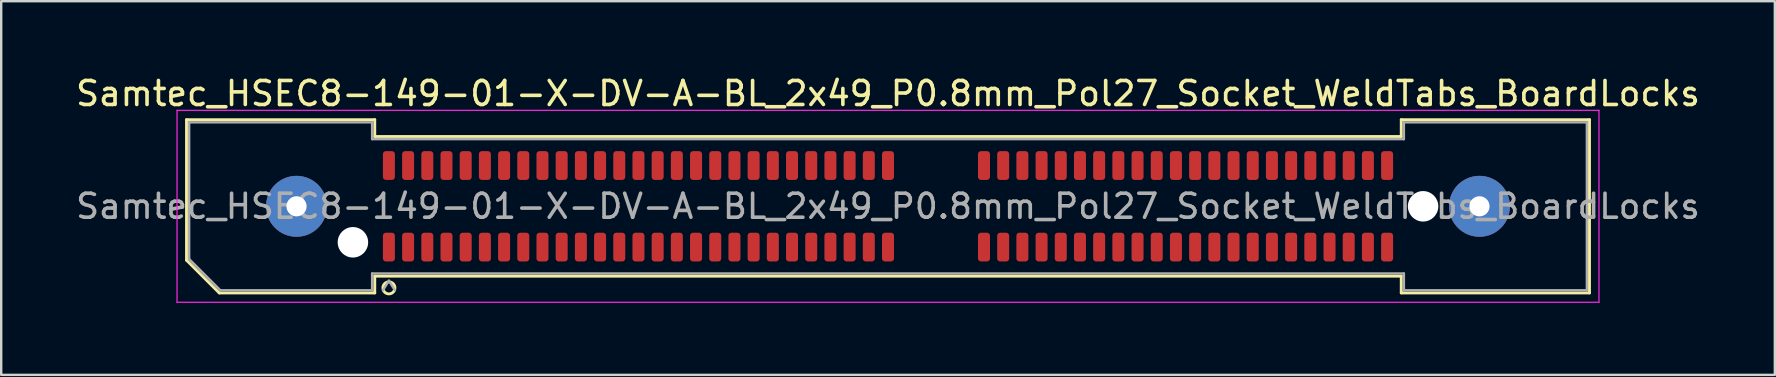
<source format=kicad_pcb>
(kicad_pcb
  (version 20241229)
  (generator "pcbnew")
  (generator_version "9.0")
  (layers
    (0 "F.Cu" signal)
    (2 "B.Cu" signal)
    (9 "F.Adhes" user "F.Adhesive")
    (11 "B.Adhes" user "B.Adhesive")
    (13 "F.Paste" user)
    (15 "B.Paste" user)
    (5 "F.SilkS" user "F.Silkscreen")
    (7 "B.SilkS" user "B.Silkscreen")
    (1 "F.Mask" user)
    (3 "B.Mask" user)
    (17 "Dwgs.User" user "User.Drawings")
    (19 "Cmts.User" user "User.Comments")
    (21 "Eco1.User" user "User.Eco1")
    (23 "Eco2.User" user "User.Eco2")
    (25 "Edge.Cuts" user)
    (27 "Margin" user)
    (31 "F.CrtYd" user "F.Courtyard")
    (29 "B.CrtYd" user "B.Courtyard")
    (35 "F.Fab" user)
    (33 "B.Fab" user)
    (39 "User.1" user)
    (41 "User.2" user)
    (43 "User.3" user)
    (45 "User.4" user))
  (footprint "Samtec_HSEC8-149-01-X-DV-A-BL_2x49_P0.8mm_Pol27_Socket_WeldTabs_BoardLocks"
    (layer "F.Cu")
    (at 33.958 5.548)
    (property "Reference" "Samtec_HSEC8-149-01-X-DV-A-BL_2x49_P0.8mm_Pol27_Socket_WeldTabs_BoardLocks" (at 0 -4.7 0) (layer "F.SilkS") (effects (font (size 1 1) (thickness 0.15))))
    (attr smd)
    (fp_line (start -29.235 -3.61) (end -21.39 -3.61) (stroke (width 0.12) (type solid)) (layer "F.SilkS"))
    (fp_line (start -29.235 2.246) (end -29.235 -3.61) (stroke (width 0.12) (type solid)) (layer "F.SilkS"))
    (fp_line (start -27.871 3.61) (end -29.235 2.246) (stroke (width 0.12) (type solid)) (layer "F.SilkS"))
    (fp_line (start -21.39 -3.61) (end -21.39 -2.91) (stroke (width 0.12) (type solid)) (layer "F.SilkS"))
    (fp_line (start -21.39 -2.91) (end 21.39 -2.91) (stroke (width 0.12) (type solid)) (layer "F.SilkS"))
    (fp_line (start -21.39 2.91) (end -21.39 3.61) (stroke (width 0.12) (type solid)) (layer "F.SilkS"))
    (fp_line (start -21.39 3.61) (end -27.871 3.61) (stroke (width 0.12) (type solid)) (layer "F.SilkS"))
    (fp_line (start 21.39 -3.61) (end 29.235 -3.61) (stroke (width 0.12) (type solid)) (layer "F.SilkS"))
    (fp_line (start 21.39 -2.91) (end 21.39 -3.61) (stroke (width 0.12) (type solid)) (layer "F.SilkS"))
    (fp_line (start 21.39 2.91) (end -21.39 2.91) (stroke (width 0.12) (type solid)) (layer "F.SilkS"))
    (fp_line (start 21.39 3.61) (end 21.39 2.91) (stroke (width 0.12) (type solid)) (layer "F.SilkS"))
    (fp_line (start 29.235 -3.61) (end 29.235 3.61) (stroke (width 0.12) (type solid)) (layer "F.SilkS"))
    (fp_line (start 29.235 3.61) (end 21.39 3.61) (stroke (width 0.12) (type solid)) (layer "F.SilkS"))
    (fp_circle (center -20.8 3.4) (end -20.55 3.4) (stroke (width 0.12) (type solid)) (fill no) (layer "F.SilkS"))
    (fp_line (start -29.63 -4) (end -29.63 4) (stroke (width 0.05) (type solid)) (layer "F.CrtYd"))
    (fp_line (start -29.63 4) (end 29.63 4) (stroke (width 0.05) (type solid)) (layer "F.CrtYd"))
    (fp_line (start 29.63 -4) (end -29.63 -4) (stroke (width 0.05) (type solid)) (layer "F.CrtYd"))
    (fp_line (start 29.63 4) (end 29.63 -4) (stroke (width 0.05) (type solid)) (layer "F.CrtYd"))
    (fp_line (start -29.125 -3.5) (end -21.5 -3.5) (stroke (width 0.1) (type solid)) (layer "F.Fab"))
    (fp_line (start -29.125 2.2) (end -29.125 -3.5) (stroke (width 0.1) (type solid)) (layer "F.Fab"))
    (fp_line (start -27.825 3.5) (end -29.125 2.2) (stroke (width 0.1) (type solid)) (layer "F.Fab"))
    (fp_line (start -21.5 -3.5) (end -21.5 -2.8) (stroke (width 0.1) (type solid)) (layer "F.Fab"))
    (fp_line (start -21.5 -2.8) (end 21.5 -2.8) (stroke (width 0.1) (type solid)) (layer "F.Fab"))
    (fp_line (start -21.5 2.8) (end -21.5 3.5) (stroke (width 0.1) (type solid)) (layer "F.Fab"))
    (fp_line (start -21.5 3.5) (end -27.825 3.5) (stroke (width 0.1) (type solid)) (layer "F.Fab"))
    (fp_line (start -20.8 3.1) (end -21.05 3.5) (stroke (width 0.1) (type solid)) (layer "F.Fab"))
    (fp_line (start -20.8 3.1) (end -20.55 3.5) (stroke (width 0.1) (type solid)) (layer "F.Fab"))
    (fp_line (start 21.5 -3.5) (end 29.125 -3.5) (stroke (width 0.1) (type solid)) (layer "F.Fab"))
    (fp_line (start 21.5 -2.8) (end 21.5 -3.5) (stroke (width 0.1) (type solid)) (layer "F.Fab"))
    (fp_line (start 21.5 2.8) (end -21.5 2.8) (stroke (width 0.1) (type solid)) (layer "F.Fab"))
    (fp_line (start 21.5 3.5) (end 21.5 2.8) (stroke (width 0.1) (type solid)) (layer "F.Fab"))
    (fp_line (start 29.125 -3.5) (end 29.125 3.5) (stroke (width 0.1) (type solid)) (layer "F.Fab"))
    (fp_line (start 29.125 3.5) (end 21.5 3.5) (stroke (width 0.1) (type solid)) (layer "F.Fab"))
    (fp_text user "${REFERENCE}" (at 0 0 0) (layer "F.Fab") (effects (font (size 1 1) (thickness 0.15))))
    (pad "" thru_hole circle (at -24.65 0) (size 2.54 2.54) (drill 0.84) (layers "*.Cu" "*.Mask" "F.Paste"))
    (pad "" np_thru_hole circle (at -22.3 1.5) (size 1.27 1.27) (drill 1.27) (layers "*.Cu" "*.Mask"))
    (pad "" np_thru_hole circle (at 22.3 0) (size 1.27 1.27) (drill 1.27) (layers "*.Cu" "*.Mask"))
    (pad "" thru_hole circle (at 24.65 0) (size 2.54 2.54) (drill 0.84) (layers "*.Cu" "*.Mask" "F.Paste"))
    (pad "1" smd roundrect (at -20.8 1.7) (size 0.5 1.2) (layers "F.Cu" "F.Mask" "F.Paste") (roundrect_rratio 0.25))
    (pad "2" smd roundrect (at -20.8 -1.7) (size 0.5 1.2) (layers "F.Cu" "F.Mask" "F.Paste") (roundrect_rratio 0.25))
    (pad "3" smd roundrect (at -20 1.7) (size 0.5 1.2) (layers "F.Cu" "F.Mask" "F.Paste") (roundrect_rratio 0.25))
    (pad "4" smd roundrect (at -20 -1.7) (size 0.5 1.2) (layers "F.Cu" "F.Mask" "F.Paste") (roundrect_rratio 0.25))
    (pad "5" smd roundrect (at -19.2 1.7) (size 0.5 1.2) (layers "F.Cu" "F.Mask" "F.Paste") (roundrect_rratio 0.25))
    (pad "6" smd roundrect (at -19.2 -1.7) (size 0.5 1.2) (layers "F.Cu" "F.Mask" "F.Paste") (roundrect_rratio 0.25))
    (pad "7" smd roundrect (at -18.4 1.7) (size 0.5 1.2) (layers "F.Cu" "F.Mask" "F.Paste") (roundrect_rratio 0.25))
    (pad "8" smd roundrect (at -18.4 -1.7) (size 0.5 1.2) (layers "F.Cu" "F.Mask" "F.Paste") (roundrect_rratio 0.25))
    (pad "9" smd roundrect (at -17.6 1.7) (size 0.5 1.2) (layers "F.Cu" "F.Mask" "F.Paste") (roundrect_rratio 0.25))
    (pad "10" smd roundrect (at -17.6 -1.7) (size 0.5 1.2) (layers "F.Cu" "F.Mask" "F.Paste") (roundrect_rratio 0.25))
    (pad "11" smd roundrect (at -16.8 1.7) (size 0.5 1.2) (layers "F.Cu" "F.Mask" "F.Paste") (roundrect_rratio 0.25))
    (pad "12" smd roundrect (at -16.8 -1.7) (size 0.5 1.2) (layers "F.Cu" "F.Mask" "F.Paste") (roundrect_rratio 0.25))
    (pad "13" smd roundrect (at -16 1.7) (size 0.5 1.2) (layers "F.Cu" "F.Mask" "F.Paste") (roundrect_rratio 0.25))
    (pad "14" smd roundrect (at -16 -1.7) (size 0.5 1.2) (layers "F.Cu" "F.Mask" "F.Paste") (roundrect_rratio 0.25))
    (pad "15" smd roundrect (at -15.2 1.7) (size 0.5 1.2) (layers "F.Cu" "F.Mask" "F.Paste") (roundrect_rratio 0.25))
    (pad "16" smd roundrect (at -15.2 -1.7) (size 0.5 1.2) (layers "F.Cu" "F.Mask" "F.Paste") (roundrect_rratio 0.25))
    (pad "17" smd roundrect (at -14.4 1.7) (size 0.5 1.2) (layers "F.Cu" "F.Mask" "F.Paste") (roundrect_rratio 0.25))
    (pad "18" smd roundrect (at -14.4 -1.7) (size 0.5 1.2) (layers "F.Cu" "F.Mask" "F.Paste") (roundrect_rratio 0.25))
    (pad "19" smd roundrect (at -13.6 1.7) (size 0.5 1.2) (layers "F.Cu" "F.Mask" "F.Paste") (roundrect_rratio 0.25))
    (pad "20" smd roundrect (at -13.6 -1.7) (size 0.5 1.2) (layers "F.Cu" "F.Mask" "F.Paste") (roundrect_rratio 0.25))
    (pad "21" smd roundrect (at -12.8 1.7) (size 0.5 1.2) (layers "F.Cu" "F.Mask" "F.Paste") (roundrect_rratio 0.25))
    (pad "22" smd roundrect (at -12.8 -1.7) (size 0.5 1.2) (layers "F.Cu" "F.Mask" "F.Paste") (roundrect_rratio 0.25))
    (pad "23" smd roundrect (at -12 1.7) (size 0.5 1.2) (layers "F.Cu" "F.Mask" "F.Paste") (roundrect_rratio 0.25))
    (pad "24" smd roundrect (at -12 -1.7) (size 0.5 1.2) (layers "F.Cu" "F.Mask" "F.Paste") (roundrect_rratio 0.25))
    (pad "25" smd roundrect (at -11.2 1.7) (size 0.5 1.2) (layers "F.Cu" "F.Mask" "F.Paste") (roundrect_rratio 0.25))
    (pad "26" smd roundrect (at -11.2 -1.7) (size 0.5 1.2) (layers "F.Cu" "F.Mask" "F.Paste") (roundrect_rratio 0.25))
    (pad "27" smd roundrect (at -10.4 1.7) (size 0.5 1.2) (layers "F.Cu" "F.Mask" "F.Paste") (roundrect_rratio 0.25))
    (pad "28" smd roundrect (at -10.4 -1.7) (size 0.5 1.2) (layers "F.Cu" "F.Mask" "F.Paste") (roundrect_rratio 0.25))
    (pad "29" smd roundrect (at -9.6 1.7) (size 0.5 1.2) (layers "F.Cu" "F.Mask" "F.Paste") (roundrect_rratio 0.25))
    (pad "30" smd roundrect (at -9.6 -1.7) (size 0.5 1.2) (layers "F.Cu" "F.Mask" "F.Paste") (roundrect_rratio 0.25))
    (pad "31" smd roundrect (at -8.8 1.7) (size 0.5 1.2) (layers "F.Cu" "F.Mask" "F.Paste") (roundrect_rratio 0.25))
    (pad "32" smd roundrect (at -8.8 -1.7) (size 0.5 1.2) (layers "F.Cu" "F.Mask" "F.Paste") (roundrect_rratio 0.25))
    (pad "33" smd roundrect (at -8 1.7) (size 0.5 1.2) (layers "F.Cu" "F.Mask" "F.Paste") (roundrect_rratio 0.25))
    (pad "34" smd roundrect (at -8 -1.7) (size 0.5 1.2) (layers "F.Cu" "F.Mask" "F.Paste") (roundrect_rratio 0.25))
    (pad "35" smd roundrect (at -7.2 1.7) (size 0.5 1.2) (layers "F.Cu" "F.Mask" "F.Paste") (roundrect_rratio 0.25))
    (pad "36" smd roundrect (at -7.2 -1.7) (size 0.5 1.2) (layers "F.Cu" "F.Mask" "F.Paste") (roundrect_rratio 0.25))
    (pad "37" smd roundrect (at -6.4 1.7) (size 0.5 1.2) (layers "F.Cu" "F.Mask" "F.Paste") (roundrect_rratio 0.25))
    (pad "38" smd roundrect (at -6.4 -1.7) (size 0.5 1.2) (layers "F.Cu" "F.Mask" "F.Paste") (roundrect_rratio 0.25))
    (pad "39" smd roundrect (at -5.6 1.7) (size 0.5 1.2) (layers "F.Cu" "F.Mask" "F.Paste") (roundrect_rratio 0.25))
    (pad "40" smd roundrect (at -5.6 -1.7) (size 0.5 1.2) (layers "F.Cu" "F.Mask" "F.Paste") (roundrect_rratio 0.25))
    (pad "41" smd roundrect (at -4.8 1.7) (size 0.5 1.2) (layers "F.Cu" "F.Mask" "F.Paste") (roundrect_rratio 0.25))
    (pad "42" smd roundrect (at -4.8 -1.7) (size 0.5 1.2) (layers "F.Cu" "F.Mask" "F.Paste") (roundrect_rratio 0.25))
    (pad "43" smd roundrect (at -4 1.7) (size 0.5 1.2) (layers "F.Cu" "F.Mask" "F.Paste") (roundrect_rratio 0.25))
    (pad "44" smd roundrect (at -4 -1.7) (size 0.5 1.2) (layers "F.Cu" "F.Mask" "F.Paste") (roundrect_rratio 0.25))
    (pad "45" smd roundrect (at -3.2 1.7) (size 0.5 1.2) (layers "F.Cu" "F.Mask" "F.Paste") (roundrect_rratio 0.25))
    (pad "46" smd roundrect (at -3.2 -1.7) (size 0.5 1.2) (layers "F.Cu" "F.Mask" "F.Paste") (roundrect_rratio 0.25))
    (pad "47" smd roundrect (at -2.4 1.7) (size 0.5 1.2) (layers "F.Cu" "F.Mask" "F.Paste") (roundrect_rratio 0.25))
    (pad "48" smd roundrect (at -2.4 -1.7) (size 0.5 1.2) (layers "F.Cu" "F.Mask" "F.Paste") (roundrect_rratio 0.25))
    (pad "49" smd roundrect (at -1.6 1.7) (size 0.5 1.2) (layers "F.Cu" "F.Mask" "F.Paste") (roundrect_rratio 0.25))
    (pad "50" smd roundrect (at -1.6 -1.7) (size 0.5 1.2) (layers "F.Cu" "F.Mask" "F.Paste") (roundrect_rratio 0.25))
    (pad "51" smd roundrect (at -0.8 1.7) (size 0.5 1.2) (layers "F.Cu" "F.Mask" "F.Paste") (roundrect_rratio 0.25))
    (pad "52" smd roundrect (at -0.8 -1.7) (size 0.5 1.2) (layers "F.Cu" "F.Mask" "F.Paste") (roundrect_rratio 0.25))
    (pad "53" smd roundrect (at 0 1.7) (size 0.5 1.2) (layers "F.Cu" "F.Mask" "F.Paste") (roundrect_rratio 0.25))
    (pad "54" smd roundrect (at 0 -1.7) (size 0.5 1.2) (layers "F.Cu" "F.Mask" "F.Paste") (roundrect_rratio 0.25))
    (pad "55" smd roundrect (at 4 1.7) (size 0.5 1.2) (layers "F.Cu" "F.Mask" "F.Paste") (roundrect_rratio 0.25))
    (pad "56" smd roundrect (at 4 -1.7) (size 0.5 1.2) (layers "F.Cu" "F.Mask" "F.Paste") (roundrect_rratio 0.25))
    (pad "57" smd roundrect (at 4.8 1.7) (size 0.5 1.2) (layers "F.Cu" "F.Mask" "F.Paste") (roundrect_rratio 0.25))
    (pad "58" smd roundrect (at 4.8 -1.7) (size 0.5 1.2) (layers "F.Cu" "F.Mask" "F.Paste") (roundrect_rratio 0.25))
    (pad "59" smd roundrect (at 5.6 1.7) (size 0.5 1.2) (layers "F.Cu" "F.Mask" "F.Paste") (roundrect_rratio 0.25))
    (pad "60" smd roundrect (at 5.6 -1.7) (size 0.5 1.2) (layers "F.Cu" "F.Mask" "F.Paste") (roundrect_rratio 0.25))
    (pad "61" smd roundrect (at 6.4 1.7) (size 0.5 1.2) (layers "F.Cu" "F.Mask" "F.Paste") (roundrect_rratio 0.25))
    (pad "62" smd roundrect (at 6.4 -1.7) (size 0.5 1.2) (layers "F.Cu" "F.Mask" "F.Paste") (roundrect_rratio 0.25))
    (pad "63" smd roundrect (at 7.2 1.7) (size 0.5 1.2) (layers "F.Cu" "F.Mask" "F.Paste") (roundrect_rratio 0.25))
    (pad "64" smd roundrect (at 7.2 -1.7) (size 0.5 1.2) (layers "F.Cu" "F.Mask" "F.Paste") (roundrect_rratio 0.25))
    (pad "65" smd roundrect (at 8 1.7) (size 0.5 1.2) (layers "F.Cu" "F.Mask" "F.Paste") (roundrect_rratio 0.25))
    (pad "66" smd roundrect (at 8 -1.7) (size 0.5 1.2) (layers "F.Cu" "F.Mask" "F.Paste") (roundrect_rratio 0.25))
    (pad "67" smd roundrect (at 8.8 1.7) (size 0.5 1.2) (layers "F.Cu" "F.Mask" "F.Paste") (roundrect_rratio 0.25))
    (pad "68" smd roundrect (at 8.8 -1.7) (size 0.5 1.2) (layers "F.Cu" "F.Mask" "F.Paste") (roundrect_rratio 0.25))
    (pad "69" smd roundrect (at 9.6 1.7) (size 0.5 1.2) (layers "F.Cu" "F.Mask" "F.Paste") (roundrect_rratio 0.25))
    (pad "70" smd roundrect (at 9.6 -1.7) (size 0.5 1.2) (layers "F.Cu" "F.Mask" "F.Paste") (roundrect_rratio 0.25))
    (pad "71" smd roundrect (at 10.4 1.7) (size 0.5 1.2) (layers "F.Cu" "F.Mask" "F.Paste") (roundrect_rratio 0.25))
    (pad "72" smd roundrect (at 10.4 -1.7) (size 0.5 1.2) (layers "F.Cu" "F.Mask" "F.Paste") (roundrect_rratio 0.25))
    (pad "73" smd roundrect (at 11.2 1.7) (size 0.5 1.2) (layers "F.Cu" "F.Mask" "F.Paste") (roundrect_rratio 0.25))
    (pad "74" smd roundrect (at 11.2 -1.7) (size 0.5 1.2) (layers "F.Cu" "F.Mask" "F.Paste") (roundrect_rratio 0.25))
    (pad "75" smd roundrect (at 12 1.7) (size 0.5 1.2) (layers "F.Cu" "F.Mask" "F.Paste") (roundrect_rratio 0.25))
    (pad "76" smd roundrect (at 12 -1.7) (size 0.5 1.2) (layers "F.Cu" "F.Mask" "F.Paste") (roundrect_rratio 0.25))
    (pad "77" smd roundrect (at 12.8 1.7) (size 0.5 1.2) (layers "F.Cu" "F.Mask" "F.Paste") (roundrect_rratio 0.25))
    (pad "78" smd roundrect (at 12.8 -1.7) (size 0.5 1.2) (layers "F.Cu" "F.Mask" "F.Paste") (roundrect_rratio 0.25))
    (pad "79" smd roundrect (at 13.6 1.7) (size 0.5 1.2) (layers "F.Cu" "F.Mask" "F.Paste") (roundrect_rratio 0.25))
    (pad "80" smd roundrect (at 13.6 -1.7) (size 0.5 1.2) (layers "F.Cu" "F.Mask" "F.Paste") (roundrect_rratio 0.25))
    (pad "81" smd roundrect (at 14.4 1.7) (size 0.5 1.2) (layers "F.Cu" "F.Mask" "F.Paste") (roundrect_rratio 0.25))
    (pad "82" smd roundrect (at 14.4 -1.7) (size 0.5 1.2) (layers "F.Cu" "F.Mask" "F.Paste") (roundrect_rratio 0.25))
    (pad "83" smd roundrect (at 15.2 1.7) (size 0.5 1.2) (layers "F.Cu" "F.Mask" "F.Paste") (roundrect_rratio 0.25))
    (pad "84" smd roundrect (at 15.2 -1.7) (size 0.5 1.2) (layers "F.Cu" "F.Mask" "F.Paste") (roundrect_rratio 0.25))
    (pad "85" smd roundrect (at 16 1.7) (size 0.5 1.2) (layers "F.Cu" "F.Mask" "F.Paste") (roundrect_rratio 0.25))
    (pad "86" smd roundrect (at 16 -1.7) (size 0.5 1.2) (layers "F.Cu" "F.Mask" "F.Paste") (roundrect_rratio 0.25))
    (pad "87" smd roundrect (at 16.8 1.7) (size 0.5 1.2) (layers "F.Cu" "F.Mask" "F.Paste") (roundrect_rratio 0.25))
    (pad "88" smd roundrect (at 16.8 -1.7) (size 0.5 1.2) (layers "F.Cu" "F.Mask" "F.Paste") (roundrect_rratio 0.25))
    (pad "89" smd roundrect (at 17.6 1.7) (size 0.5 1.2) (layers "F.Cu" "F.Mask" "F.Paste") (roundrect_rratio 0.25))
    (pad "90" smd roundrect (at 17.6 -1.7) (size 0.5 1.2) (layers "F.Cu" "F.Mask" "F.Paste") (roundrect_rratio 0.25))
    (pad "91" smd roundrect (at 18.4 1.7) (size 0.5 1.2) (layers "F.Cu" "F.Mask" "F.Paste") (roundrect_rratio 0.25))
    (pad "92" smd roundrect (at 18.4 -1.7) (size 0.5 1.2) (layers "F.Cu" "F.Mask" "F.Paste") (roundrect_rratio 0.25))
    (pad "93" smd roundrect (at 19.2 1.7) (size 0.5 1.2) (layers "F.Cu" "F.Mask" "F.Paste") (roundrect_rratio 0.25))
    (pad "94" smd roundrect (at 19.2 -1.7) (size 0.5 1.2) (layers "F.Cu" "F.Mask" "F.Paste") (roundrect_rratio 0.25))
    (pad "95" smd roundrect (at 20 1.7) (size 0.5 1.2) (layers "F.Cu" "F.Mask" "F.Paste") (roundrect_rratio 0.25))
    (pad "96" smd roundrect (at 20 -1.7) (size 0.5 1.2) (layers "F.Cu" "F.Mask" "F.Paste") (roundrect_rratio 0.25))
    (pad "97" smd roundrect (at 20.8 1.7) (size 0.5 1.2) (layers "F.Cu" "F.Mask" "F.Paste") (roundrect_rratio 0.25))
    (pad "98" smd roundrect (at 20.8 -1.7) (size 0.5 1.2) (layers "F.Cu" "F.Mask" "F.Paste") (roundrect_rratio 0.25)))
  (gr_rect
    (start -3 -3)
    (end 70.917 12.573)
    (stroke (width 0.1) (type default))
    (fill no)
    (layer "Edge.Cuts")))
</source>
